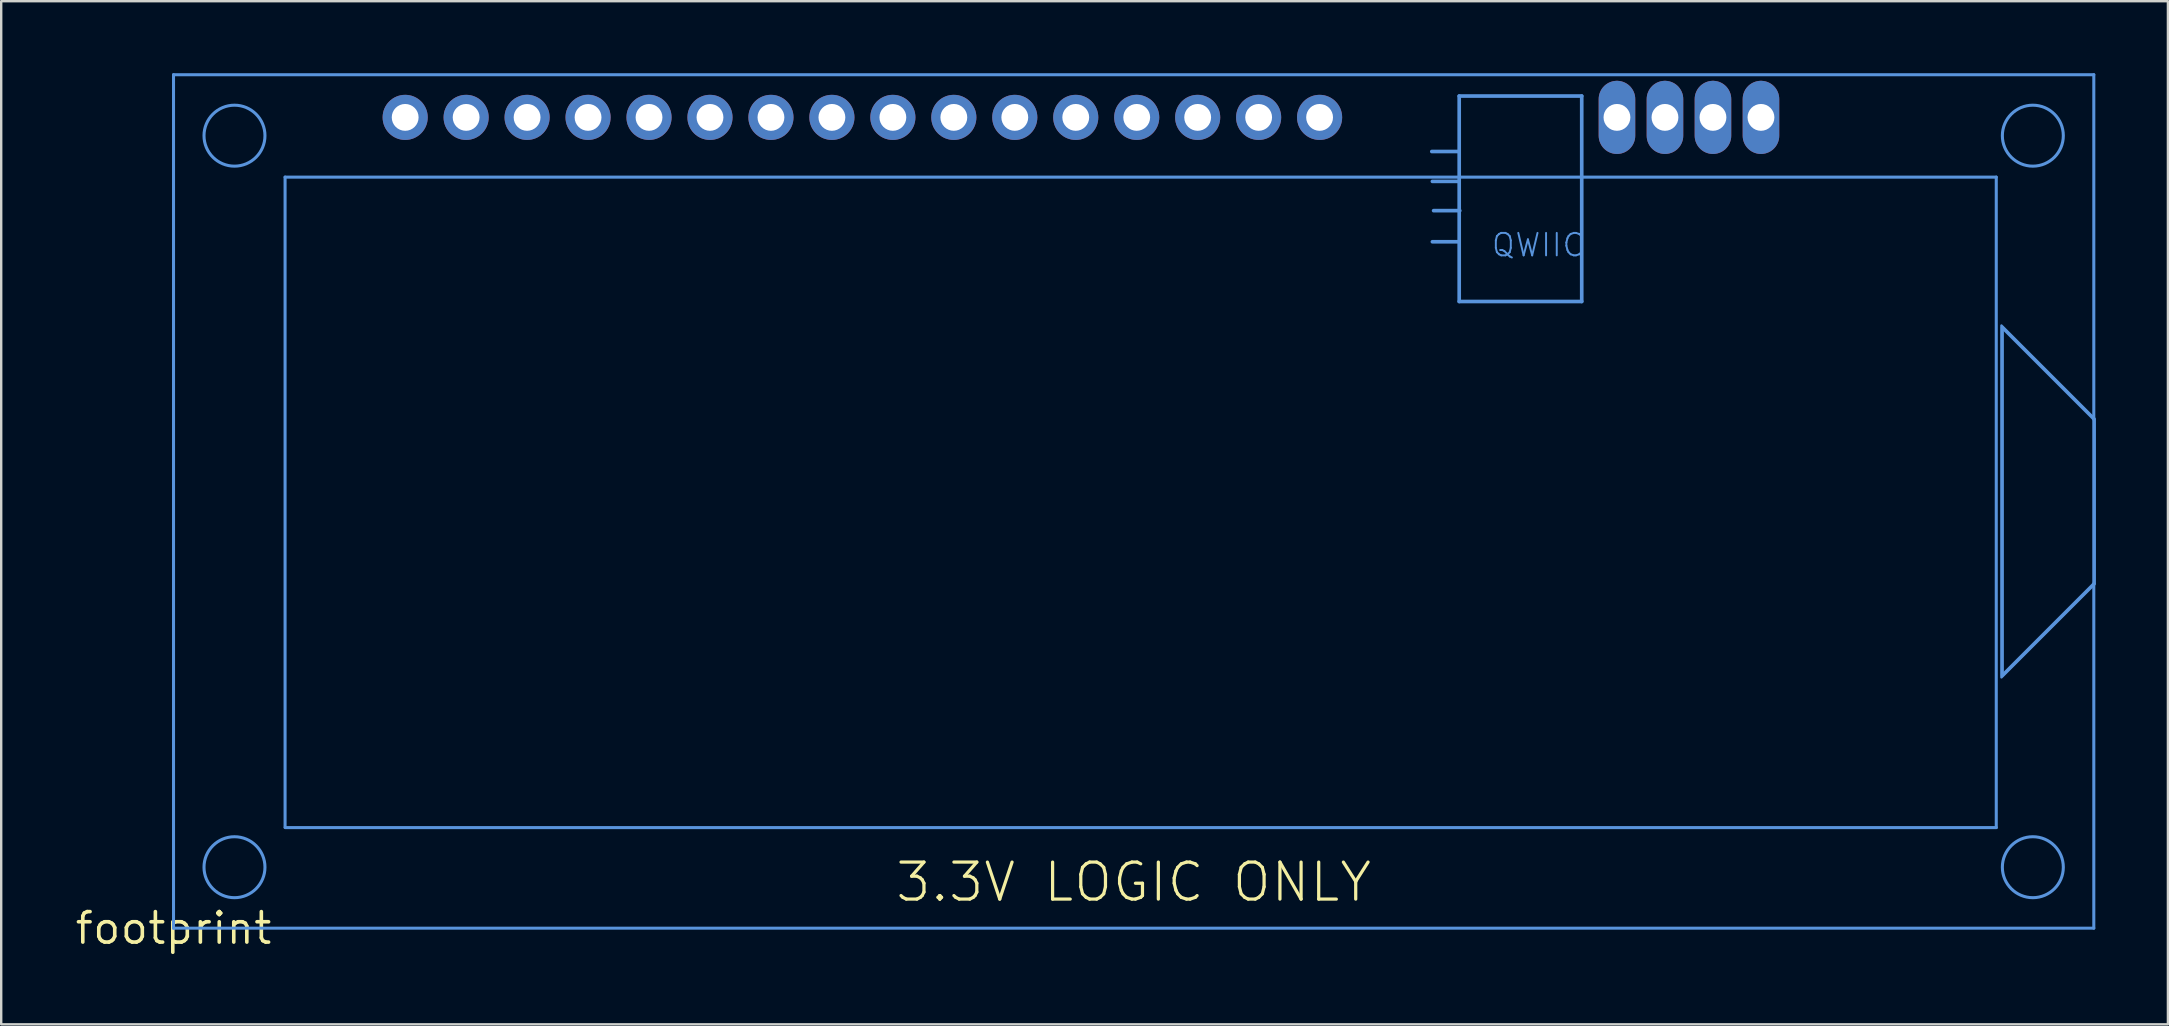
<source format=kicad_pcb>
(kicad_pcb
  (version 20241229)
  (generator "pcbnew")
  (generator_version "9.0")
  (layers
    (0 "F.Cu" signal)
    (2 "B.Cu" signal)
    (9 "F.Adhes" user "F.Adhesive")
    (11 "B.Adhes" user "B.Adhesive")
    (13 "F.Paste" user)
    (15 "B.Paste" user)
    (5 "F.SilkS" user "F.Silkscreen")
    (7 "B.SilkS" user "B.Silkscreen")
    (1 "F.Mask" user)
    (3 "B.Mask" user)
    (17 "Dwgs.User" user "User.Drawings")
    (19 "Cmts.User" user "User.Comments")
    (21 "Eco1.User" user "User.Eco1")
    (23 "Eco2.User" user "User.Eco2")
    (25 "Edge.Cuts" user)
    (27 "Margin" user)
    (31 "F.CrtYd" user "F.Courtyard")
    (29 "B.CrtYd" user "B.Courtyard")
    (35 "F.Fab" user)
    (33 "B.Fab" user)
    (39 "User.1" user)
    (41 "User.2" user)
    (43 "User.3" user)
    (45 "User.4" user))
  (footprint "footprint"
    (layer "F.Cu")
    (at 4.18 35.623)
    (property "Reference" "footprint" (at 0 0 0) (layer "F.SilkS") (effects (font (size 1.27 1.27) (thickness 0.15))))
    (fp_line (start 0 -35.56) (end 0 0) (stroke (width 0.127) (type solid)) (layer "Cmts.User"))
    (fp_line (start 0 0) (end 80.01 0) (stroke (width 0.127) (type solid)) (layer "Cmts.User"))
    (fp_line (start 4.648 -4.216) (end 4.648 -31.293) (stroke (width 0.127) (type solid)) (layer "Cmts.User"))
    (fp_line (start 53.518 -32.36) (end 52.426 -32.36) (stroke (width 0.152) (type solid)) (layer "Cmts.User"))
    (fp_line (start 53.543 -31.115) (end 52.451 -31.115) (stroke (width 0.152) (type solid)) (layer "Cmts.User"))
    (fp_line (start 53.543 -28.6) (end 52.451 -28.6) (stroke (width 0.152) (type solid)) (layer "Cmts.User"))
    (fp_line (start 53.569 -34.671) (end 58.674 -34.671) (stroke (width 0.152) (type solid)) (layer "Cmts.User"))
    (fp_line (start 53.569 -26.111) (end 53.569 -34.671) (stroke (width 0.152) (type solid)) (layer "Cmts.User"))
    (fp_line (start 53.594 -29.896) (end 52.502 -29.896) (stroke (width 0.152) (type solid)) (layer "Cmts.User"))
    (fp_line (start 58.674 -34.671) (end 58.674 -26.111) (stroke (width 0.152) (type solid)) (layer "Cmts.User"))
    (fp_line (start 58.674 -26.111) (end 53.569 -26.111) (stroke (width 0.152) (type solid)) (layer "Cmts.User"))
    (fp_line (start 75.946 -31.293) (end 4.648 -31.293) (stroke (width 0.127) (type solid)) (layer "Cmts.User"))
    (fp_line (start 75.946 -4.191) (end 4.648 -4.191) (stroke (width 0.127) (type solid)) (layer "Cmts.User"))
    (fp_line (start 75.946 -4.191) (end 75.946 -31.293) (stroke (width 0.127) (type solid)) (layer "Cmts.User"))
    (fp_line (start 76.2 -25.019) (end 76.2 -10.541) (stroke (width 0.127) (type solid)) (layer "Cmts.User"))
    (fp_line (start 76.2 -25.019) (end 80.01 -21.209) (stroke (width 0.127) (type solid)) (layer "Cmts.User"))
    (fp_line (start 76.2 -10.541) (end 80.01 -14.351) (stroke (width 0.127) (type solid)) (layer "Cmts.User"))
    (fp_line (start 80.01 -35.56) (end 0 -35.56) (stroke (width 0.127) (type solid)) (layer "Cmts.User"))
    (fp_line (start 80.01 -21.209) (end 80.01 -35.56) (stroke (width 0.127) (type solid)) (layer "Cmts.User"))
    (fp_line (start 80.01 -14.351) (end 80.01 -21.209) (stroke (width 0.127) (type solid)) (layer "Cmts.User"))
    (fp_line (start 80.01 0) (end 80.01 -14.351) (stroke (width 0.127) (type solid)) (layer "Cmts.User"))
    (fp_circle (center 2.54 -33.02) (end 3.81 -33.02) (stroke (width 0.127) (type solid)) (fill no) (layer "Cmts.User"))
    (fp_circle (center 2.54 -2.54) (end 3.81 -2.54) (stroke (width 0.127) (type solid)) (fill no) (layer "Cmts.User"))
    (fp_circle (center 77.47 -33.02) (end 78.74 -33.02) (stroke (width 0.127) (type solid)) (fill no) (layer "Cmts.User"))
    (fp_circle (center 77.47 -2.54) (end 78.74 -2.54) (stroke (width 0.127) (type solid)) (fill no) (layer "Cmts.User"))
    (fp_poly (pts (xy 80.048 -21.225) (xy 80.048 -14.335) (xy 76.162 -10.449) (xy 76.162 -25.111)) (stroke (width 0.1) (type solid)) (fill no) (layer "Cmts.User"))
    (fp_text user "3.3V LOGIC ONLY" (at 40.005 -1.016 0) (layer "F.SilkS") (effects (font (size 1.542 1.542) (thickness 0.134)) (justify bottom)))
    (fp_text user "QWIIC" (at 54.864 -27.915 0) (layer "Cmts.User") (effects (font (size 0.935 0.935) (thickness 0.081)) (justify left bottom)))
    (pad "P$1" thru_hole circle (at 9.652 -33.782 90) (size 1.88 1.88) (drill 1.118) (layers "*.Cu" "*.Mask"))
    (pad "P$2" thru_hole circle (at 12.192 -33.782 90) (size 1.88 1.88) (drill 1.118) (layers "*.Cu" "*.Mask"))
    (pad "P$3" thru_hole circle (at 14.732 -33.782 90) (size 1.88 1.88) (drill 1.118) (layers "*.Cu" "*.Mask"))
    (pad "P$4" thru_hole circle (at 17.272 -33.782 90) (size 1.88 1.88) (drill 1.118) (layers "*.Cu" "*.Mask"))
    (pad "P$5" thru_hole circle (at 19.812 -33.782 90) (size 1.88 1.88) (drill 1.118) (layers "*.Cu" "*.Mask"))
    (pad "P$6" thru_hole circle (at 22.352 -33.782 90) (size 1.88 1.88) (drill 1.118) (layers "*.Cu" "*.Mask"))
    (pad "P$7" thru_hole circle (at 24.892 -33.782 90) (size 1.88 1.88) (drill 1.118) (layers "*.Cu" "*.Mask"))
    (pad "P$8" thru_hole circle (at 27.432 -33.782 90) (size 1.88 1.88) (drill 1.118) (layers "*.Cu" "*.Mask"))
    (pad "P$9" thru_hole circle (at 29.972 -33.782 90) (size 1.88 1.88) (drill 1.118) (layers "*.Cu" "*.Mask"))
    (pad "P$10" thru_hole circle (at 32.512 -33.782 90) (size 1.88 1.88) (drill 1.118) (layers "*.Cu" "*.Mask"))
    (pad "P$11" thru_hole circle (at 35.052 -33.782 90) (size 1.88 1.88) (drill 1.118) (layers "*.Cu" "*.Mask"))
    (pad "P$12" thru_hole circle (at 37.592 -33.782 90) (size 1.88 1.88) (drill 1.118) (layers "*.Cu" "*.Mask"))
    (pad "P$13" thru_hole circle (at 40.132 -33.782 90) (size 1.88 1.88) (drill 1.118) (layers "*.Cu" "*.Mask"))
    (pad "P$14" thru_hole circle (at 42.672 -33.782 90) (size 1.88 1.88) (drill 1.118) (layers "*.Cu" "*.Mask"))
    (pad "P$15" thru_hole circle (at 45.212 -33.782 90) (size 1.88 1.88) (drill 1.118) (layers "*.Cu" "*.Mask"))
    (pad "P$16" thru_hole circle (at 47.752 -33.782 90) (size 1.88 1.88) (drill 1.118) (layers "*.Cu" "*.Mask"))
    (pad "P$17" thru_hole oval (at 60.142 -33.782 90) (size 3.048 1.524) (drill 1.118) (layers "*.Cu" "*.Mask"))
    (pad "P$18" thru_hole oval (at 62.142 -33.782 90) (size 3.048 1.524) (drill 1.118) (layers "*.Cu" "*.Mask"))
    (pad "P$19" thru_hole oval (at 64.142 -33.782 90) (size 3.048 1.524) (drill 1.118) (layers "*.Cu" "*.Mask"))
    (pad "P$20" thru_hole oval (at 66.142 -33.782 90) (size 3.048 1.524) (drill 1.118) (layers "*.Cu" "*.Mask")))
  (gr_rect
    (start -3 -3)
    (end 87.278 39.63)
    (stroke (width 0.1) (type default))
    (fill no)
    (layer "Edge.Cuts")))
</source>
